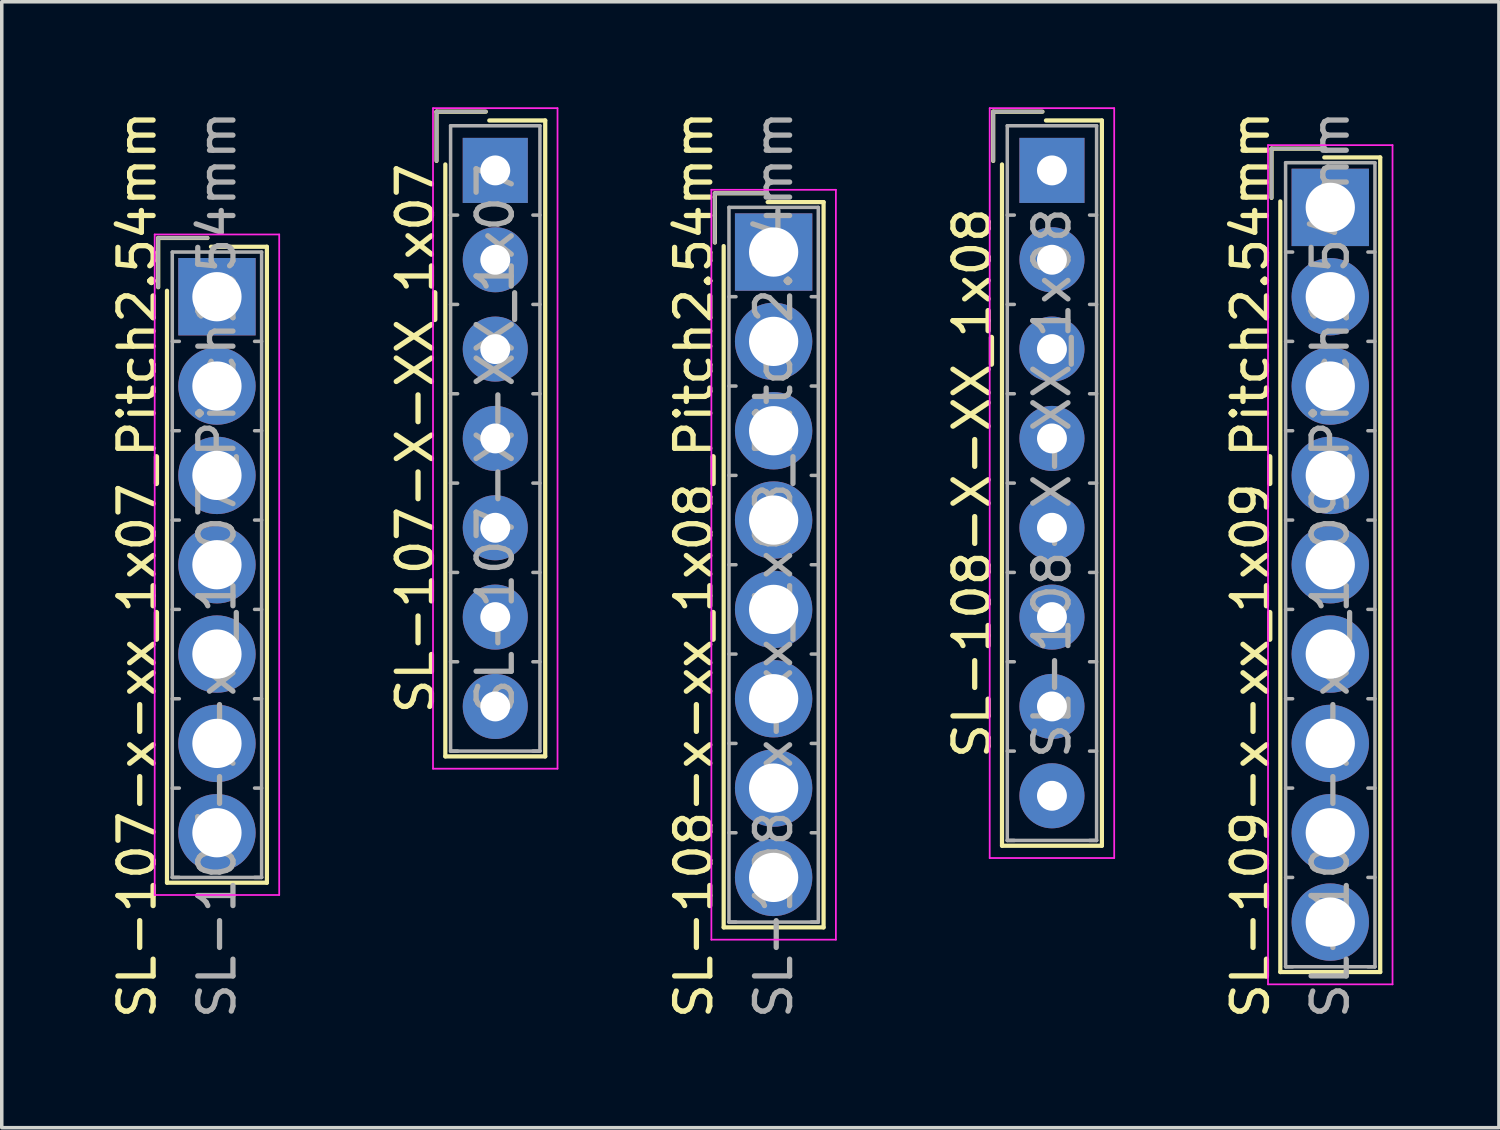
<source format=kicad_pcb>
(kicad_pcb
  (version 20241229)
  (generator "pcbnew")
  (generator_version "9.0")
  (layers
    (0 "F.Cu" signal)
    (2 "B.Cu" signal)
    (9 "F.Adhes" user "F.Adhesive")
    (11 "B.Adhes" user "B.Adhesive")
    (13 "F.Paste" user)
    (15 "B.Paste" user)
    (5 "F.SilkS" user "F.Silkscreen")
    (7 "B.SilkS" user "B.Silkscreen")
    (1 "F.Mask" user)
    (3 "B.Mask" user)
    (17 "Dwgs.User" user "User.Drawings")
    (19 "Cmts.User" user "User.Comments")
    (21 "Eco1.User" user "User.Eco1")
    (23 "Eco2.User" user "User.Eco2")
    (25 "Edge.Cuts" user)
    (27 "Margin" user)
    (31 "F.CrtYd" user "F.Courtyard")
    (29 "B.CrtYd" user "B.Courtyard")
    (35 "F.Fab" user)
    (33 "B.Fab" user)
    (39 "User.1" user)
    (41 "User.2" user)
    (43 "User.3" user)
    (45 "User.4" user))
  (footprint "SL-107-X-XX_1x07"
    (layer "F.Cu")
    (at 11.031 1.795)
    (property "Reference" "SL-107-X-XX_1x07" (at -2.27 7.62 90) (layer "F.SilkS") (effects (font (size 1 1) (thickness 0.15))))
    (attr through_hole)
    (fp_line (start -1.67 -1.67) (end -1.67 -0.27) (stroke (width 0.12) (type solid)) (layer "F.SilkS"))
    (fp_line (start -1.42 16.66) (end -1.42 -0.17) (stroke (width 0.12) (type solid)) (layer "F.SilkS"))
    (fp_line (start -0.27 -1.67) (end -1.67 -1.67) (stroke (width 0.12) (type solid)) (layer "F.SilkS"))
    (fp_line (start -0.17 -1.42) (end 1.42 -1.42) (stroke (width 0.12) (type solid)) (layer "F.SilkS"))
    (fp_line (start 1.42 -1.42) (end 1.42 16.66) (stroke (width 0.12) (type solid)) (layer "F.SilkS"))
    (fp_line (start 1.42 16.66) (end -1.42 16.66) (stroke (width 0.12) (type solid)) (layer "F.SilkS"))
    (fp_line (start -1.77 -1.77) (end -1.77 17.01) (stroke (width 0.05) (type solid)) (layer "F.CrtYd"))
    (fp_line (start -1.77 17.01) (end 1.77 17.01) (stroke (width 0.05) (type solid)) (layer "F.CrtYd"))
    (fp_line (start 1.77 -1.77) (end -1.77 -1.77) (stroke (width 0.05) (type solid)) (layer "F.CrtYd"))
    (fp_line (start 1.77 17.01) (end 1.77 -1.77) (stroke (width 0.05) (type solid)) (layer "F.CrtYd"))
    (fp_line (start -1.67 -1.67) (end -1.67 -0.27) (stroke (width 0.1) (type solid)) (layer "F.Fab"))
    (fp_line (start -1.27 -1.27) (end -1.27 16.51) (stroke (width 0.1) (type solid)) (layer "F.Fab"))
    (fp_line (start -1.27 1.27) (end -1.07 1.27) (stroke (width 0.1) (type solid)) (layer "F.Fab"))
    (fp_line (start -1.27 3.81) (end -1.07 3.81) (stroke (width 0.1) (type solid)) (layer "F.Fab"))
    (fp_line (start -1.27 6.35) (end -1.07 6.35) (stroke (width 0.1) (type solid)) (layer "F.Fab"))
    (fp_line (start -1.27 8.89) (end -1.07 8.89) (stroke (width 0.1) (type solid)) (layer "F.Fab"))
    (fp_line (start -1.27 11.43) (end -1.07 11.43) (stroke (width 0.1) (type solid)) (layer "F.Fab"))
    (fp_line (start -1.27 13.97) (end -1.07 13.97) (stroke (width 0.1) (type solid)) (layer "F.Fab"))
    (fp_line (start -1.27 16.51) (end -1.07 16.51) (stroke (width 0.1) (type solid)) (layer "F.Fab"))
    (fp_line (start -1.27 16.51) (end 1.27 16.51) (stroke (width 0.1) (type solid)) (layer "F.Fab"))
    (fp_line (start -0.27 -1.67) (end -1.67 -1.67) (stroke (width 0.1) (type solid)) (layer "F.Fab"))
    (fp_line (start 1.27 -1.27) (end -1.27 -1.27) (stroke (width 0.1) (type solid)) (layer "F.Fab"))
    (fp_line (start 1.27 1.27) (end 1.07 1.27) (stroke (width 0.1) (type solid)) (layer "F.Fab"))
    (fp_line (start 1.27 3.81) (end 1.07 3.81) (stroke (width 0.1) (type solid)) (layer "F.Fab"))
    (fp_line (start 1.27 6.35) (end 1.07 6.35) (stroke (width 0.1) (type solid)) (layer "F.Fab"))
    (fp_line (start 1.27 8.89) (end 1.07 8.89) (stroke (width 0.1) (type solid)) (layer "F.Fab"))
    (fp_line (start 1.27 11.43) (end 1.07 11.43) (stroke (width 0.1) (type solid)) (layer "F.Fab"))
    (fp_line (start 1.27 13.97) (end 1.07 13.97) (stroke (width 0.1) (type solid)) (layer "F.Fab"))
    (fp_line (start 1.27 16.51) (end 1.07 16.51) (stroke (width 0.1) (type solid)) (layer "F.Fab"))
    (fp_line (start 1.27 16.51) (end 1.27 -1.27) (stroke (width 0.1) (type solid)) (layer "F.Fab"))
    (fp_text user "${REFERENCE}" (at 0 7.62 90) (layer "F.Fab") (effects (font (size 1 1) (thickness 0.15))))
    (pad "1" thru_hole rect (at 0 0) (size 1.85 1.85) (drill 0.85) (layers "*.Cu" "*.Mask"))
    (pad "2" thru_hole circle (at 0 2.54) (size 1.85 1.85) (drill 0.85) (layers "*.Cu" "*.Mask"))
    (pad "3" thru_hole circle (at 0 5.08) (size 1.85 1.85) (drill 0.85) (layers "*.Cu" "*.Mask"))
    (pad "4" thru_hole circle (at 0 7.62) (size 1.85 1.85) (drill 0.85) (layers "*.Cu" "*.Mask"))
    (pad "5" thru_hole circle (at 0 10.16) (size 1.85 1.85) (drill 0.85) (layers "*.Cu" "*.Mask"))
    (pad "6" thru_hole circle (at 0 12.7) (size 1.85 1.85) (drill 0.85) (layers "*.Cu" "*.Mask"))
    (pad "7" thru_hole circle (at 0 15.24) (size 1.85 1.85) (drill 0.85) (layers "*.Cu" "*.Mask")))
  (footprint "SL-109-x-xx_1x09_Pitch2.54mm"
    (layer "F.Cu")
    (at 34.771 2.846)
    (property "Reference" "SL-109-x-xx_1x09_Pitch2.54mm" (at -2.27 10.16 90) (layer "F.SilkS") (effects (font (size 1 1) (thickness 0.15))))
    (attr through_hole)
    (fp_line (start -1.67 -1.67) (end -1.67 -0.27) (stroke (width 0.12) (type solid)) (layer "F.SilkS"))
    (fp_line (start -1.42 21.74) (end -1.42 -0.17) (stroke (width 0.12) (type solid)) (layer "F.SilkS"))
    (fp_line (start -0.27 -1.67) (end -1.67 -1.67) (stroke (width 0.12) (type solid)) (layer "F.SilkS"))
    (fp_line (start -0.17 -1.42) (end 1.42 -1.42) (stroke (width 0.12) (type solid)) (layer "F.SilkS"))
    (fp_line (start 1.42 -1.42) (end 1.42 21.74) (stroke (width 0.12) (type solid)) (layer "F.SilkS"))
    (fp_line (start 1.42 21.74) (end -1.42 21.74) (stroke (width 0.12) (type solid)) (layer "F.SilkS"))
    (fp_line (start -1.77 -1.77) (end -1.77 22.09) (stroke (width 0.05) (type solid)) (layer "F.CrtYd"))
    (fp_line (start -1.77 22.09) (end 1.77 22.09) (stroke (width 0.05) (type solid)) (layer "F.CrtYd"))
    (fp_line (start 1.77 -1.77) (end -1.77 -1.77) (stroke (width 0.05) (type solid)) (layer "F.CrtYd"))
    (fp_line (start 1.77 22.09) (end 1.77 -1.77) (stroke (width 0.05) (type solid)) (layer "F.CrtYd"))
    (fp_line (start -1.67 -1.67) (end -1.67 -0.27) (stroke (width 0.1) (type solid)) (layer "F.Fab"))
    (fp_line (start -1.27 -1.27) (end -1.27 21.59) (stroke (width 0.1) (type solid)) (layer "F.Fab"))
    (fp_line (start -1.27 1.27) (end -1.07 1.27) (stroke (width 0.1) (type solid)) (layer "F.Fab"))
    (fp_line (start -1.27 3.81) (end -1.07 3.81) (stroke (width 0.1) (type solid)) (layer "F.Fab"))
    (fp_line (start -1.27 6.35) (end -1.07 6.35) (stroke (width 0.1) (type solid)) (layer "F.Fab"))
    (fp_line (start -1.27 8.89) (end -1.07 8.89) (stroke (width 0.1) (type solid)) (layer "F.Fab"))
    (fp_line (start -1.27 11.43) (end -1.07 11.43) (stroke (width 0.1) (type solid)) (layer "F.Fab"))
    (fp_line (start -1.27 13.97) (end -1.07 13.97) (stroke (width 0.1) (type solid)) (layer "F.Fab"))
    (fp_line (start -1.27 16.51) (end -1.07 16.51) (stroke (width 0.1) (type solid)) (layer "F.Fab"))
    (fp_line (start -1.27 19.05) (end -1.07 19.05) (stroke (width 0.1) (type solid)) (layer "F.Fab"))
    (fp_line (start -1.27 21.59) (end -1.07 21.59) (stroke (width 0.1) (type solid)) (layer "F.Fab"))
    (fp_line (start -1.27 21.59) (end 1.27 21.59) (stroke (width 0.1) (type solid)) (layer "F.Fab"))
    (fp_line (start -0.27 -1.67) (end -1.67 -1.67) (stroke (width 0.1) (type solid)) (layer "F.Fab"))
    (fp_line (start 1.27 -1.27) (end -1.27 -1.27) (stroke (width 0.1) (type solid)) (layer "F.Fab"))
    (fp_line (start 1.27 1.27) (end 1.07 1.27) (stroke (width 0.1) (type solid)) (layer "F.Fab"))
    (fp_line (start 1.27 3.81) (end 1.07 3.81) (stroke (width 0.1) (type solid)) (layer "F.Fab"))
    (fp_line (start 1.27 6.35) (end 1.07 6.35) (stroke (width 0.1) (type solid)) (layer "F.Fab"))
    (fp_line (start 1.27 8.89) (end 1.07 8.89) (stroke (width 0.1) (type solid)) (layer "F.Fab"))
    (fp_line (start 1.27 11.43) (end 1.07 11.43) (stroke (width 0.1) (type solid)) (layer "F.Fab"))
    (fp_line (start 1.27 13.97) (end 1.07 13.97) (stroke (width 0.1) (type solid)) (layer "F.Fab"))
    (fp_line (start 1.27 16.51) (end 1.07 16.51) (stroke (width 0.1) (type solid)) (layer "F.Fab"))
    (fp_line (start 1.27 19.05) (end 1.07 19.05) (stroke (width 0.1) (type solid)) (layer "F.Fab"))
    (fp_line (start 1.27 21.59) (end 1.07 21.59) (stroke (width 0.1) (type solid)) (layer "F.Fab"))
    (fp_line (start 1.27 21.59) (end 1.27 -1.27) (stroke (width 0.1) (type solid)) (layer "F.Fab"))
    (fp_text user "${REFERENCE}" (at 0 10.16 90) (layer "F.Fab") (effects (font (size 1 1) (thickness 0.15))))
    (pad "1" thru_hole rect (at 0 0) (size 2.2 2.2) (drill 1.4) (layers "*.Cu" "*.Mask"))
    (pad "2" thru_hole circle (at 0 2.54) (size 2.2 2.2) (drill 1.4) (layers "*.Cu" "*.Mask"))
    (pad "3" thru_hole circle (at 0 5.08) (size 2.2 2.2) (drill 1.4) (layers "*.Cu" "*.Mask"))
    (pad "4" thru_hole circle (at 0 7.62) (size 2.2 2.2) (drill 1.4) (layers "*.Cu" "*.Mask"))
    (pad "5" thru_hole circle (at 0 10.16) (size 2.2 2.2) (drill 1.4) (layers "*.Cu" "*.Mask"))
    (pad "6" thru_hole circle (at 0 12.7) (size 2.2 2.2) (drill 1.4) (layers "*.Cu" "*.Mask"))
    (pad "7" thru_hole circle (at 0 15.24) (size 2.2 2.2) (drill 1.4) (layers "*.Cu" "*.Mask"))
    (pad "8" thru_hole circle (at 0 17.78) (size 2.2 2.2) (drill 1.4) (layers "*.Cu" "*.Mask"))
    (pad "9" thru_hole circle (at 0 20.32) (size 2.2 2.2) (drill 1.4) (layers "*.Cu" "*.Mask")))
  (footprint "SL-108-x-xx_1x08_Pitch2.54mm"
    (layer "F.Cu")
    (at 18.945 4.116)
    (property "Reference" "SL-108-x-xx_1x08_Pitch2.54mm" (at -2.27 8.89 90) (layer "F.SilkS") (effects (font (size 1 1) (thickness 0.15))))
    (attr through_hole)
    (fp_line (start -1.67 -1.67) (end -1.67 -0.27) (stroke (width 0.12) (type solid)) (layer "F.SilkS"))
    (fp_line (start -1.42 19.2) (end -1.42 -0.17) (stroke (width 0.12) (type solid)) (layer "F.SilkS"))
    (fp_line (start -0.27 -1.67) (end -1.67 -1.67) (stroke (width 0.12) (type solid)) (layer "F.SilkS"))
    (fp_line (start -0.17 -1.42) (end 1.42 -1.42) (stroke (width 0.12) (type solid)) (layer "F.SilkS"))
    (fp_line (start 1.42 -1.42) (end 1.42 19.2) (stroke (width 0.12) (type solid)) (layer "F.SilkS"))
    (fp_line (start 1.42 19.2) (end -1.42 19.2) (stroke (width 0.12) (type solid)) (layer "F.SilkS"))
    (fp_line (start -1.77 -1.77) (end -1.77 19.55) (stroke (width 0.05) (type solid)) (layer "F.CrtYd"))
    (fp_line (start -1.77 19.55) (end 1.77 19.55) (stroke (width 0.05) (type solid)) (layer "F.CrtYd"))
    (fp_line (start 1.77 -1.77) (end -1.77 -1.77) (stroke (width 0.05) (type solid)) (layer "F.CrtYd"))
    (fp_line (start 1.77 19.55) (end 1.77 -1.77) (stroke (width 0.05) (type solid)) (layer "F.CrtYd"))
    (fp_line (start -1.67 -1.67) (end -1.67 -0.27) (stroke (width 0.1) (type solid)) (layer "F.Fab"))
    (fp_line (start -1.27 -1.27) (end -1.27 19.05) (stroke (width 0.1) (type solid)) (layer "F.Fab"))
    (fp_line (start -1.27 1.27) (end -1.07 1.27) (stroke (width 0.1) (type solid)) (layer "F.Fab"))
    (fp_line (start -1.27 3.81) (end -1.07 3.81) (stroke (width 0.1) (type solid)) (layer "F.Fab"))
    (fp_line (start -1.27 6.35) (end -1.07 6.35) (stroke (width 0.1) (type solid)) (layer "F.Fab"))
    (fp_line (start -1.27 8.89) (end -1.07 8.89) (stroke (width 0.1) (type solid)) (layer "F.Fab"))
    (fp_line (start -1.27 11.43) (end -1.07 11.43) (stroke (width 0.1) (type solid)) (layer "F.Fab"))
    (fp_line (start -1.27 13.97) (end -1.07 13.97) (stroke (width 0.1) (type solid)) (layer "F.Fab"))
    (fp_line (start -1.27 16.51) (end -1.07 16.51) (stroke (width 0.1) (type solid)) (layer "F.Fab"))
    (fp_line (start -1.27 19.05) (end -1.07 19.05) (stroke (width 0.1) (type solid)) (layer "F.Fab"))
    (fp_line (start -1.27 19.05) (end 1.27 19.05) (stroke (width 0.1) (type solid)) (layer "F.Fab"))
    (fp_line (start -0.27 -1.67) (end -1.67 -1.67) (stroke (width 0.1) (type solid)) (layer "F.Fab"))
    (fp_line (start 1.27 -1.27) (end -1.27 -1.27) (stroke (width 0.1) (type solid)) (layer "F.Fab"))
    (fp_line (start 1.27 1.27) (end 1.07 1.27) (stroke (width 0.1) (type solid)) (layer "F.Fab"))
    (fp_line (start 1.27 3.81) (end 1.07 3.81) (stroke (width 0.1) (type solid)) (layer "F.Fab"))
    (fp_line (start 1.27 6.35) (end 1.07 6.35) (stroke (width 0.1) (type solid)) (layer "F.Fab"))
    (fp_line (start 1.27 8.89) (end 1.07 8.89) (stroke (width 0.1) (type solid)) (layer "F.Fab"))
    (fp_line (start 1.27 11.43) (end 1.07 11.43) (stroke (width 0.1) (type solid)) (layer "F.Fab"))
    (fp_line (start 1.27 13.97) (end 1.07 13.97) (stroke (width 0.1) (type solid)) (layer "F.Fab"))
    (fp_line (start 1.27 16.51) (end 1.07 16.51) (stroke (width 0.1) (type solid)) (layer "F.Fab"))
    (fp_line (start 1.27 19.05) (end 1.07 19.05) (stroke (width 0.1) (type solid)) (layer "F.Fab"))
    (fp_line (start 1.27 19.05) (end 1.27 -1.27) (stroke (width 0.1) (type solid)) (layer "F.Fab"))
    (fp_text user "${REFERENCE}" (at 0 8.89 90) (layer "F.Fab") (effects (font (size 1 1) (thickness 0.15))))
    (pad "1" thru_hole rect (at 0 0) (size 2.2 2.2) (drill 1.4) (layers "*.Cu" "*.Mask"))
    (pad "2" thru_hole circle (at 0 2.54) (size 2.2 2.2) (drill 1.4) (layers "*.Cu" "*.Mask"))
    (pad "3" thru_hole circle (at 0 5.08) (size 2.2 2.2) (drill 1.4) (layers "*.Cu" "*.Mask"))
    (pad "4" thru_hole circle (at 0 7.62) (size 2.2 2.2) (drill 1.4) (layers "*.Cu" "*.Mask"))
    (pad "5" thru_hole circle (at 0 10.16) (size 2.2 2.2) (drill 1.4) (layers "*.Cu" "*.Mask"))
    (pad "6" thru_hole circle (at 0 12.7) (size 2.2 2.2) (drill 1.4) (layers "*.Cu" "*.Mask"))
    (pad "7" thru_hole circle (at 0 15.24) (size 2.2 2.2) (drill 1.4) (layers "*.Cu" "*.Mask"))
    (pad "8" thru_hole circle (at 0 17.78) (size 2.2 2.2) (drill 1.4) (layers "*.Cu" "*.Mask")))
  (footprint "SL-107-x-xx_1x07_Pitch2.54mm"
    (layer "F.Cu")
    (at 3.118 5.386)
    (property "Reference" "SL-107-x-xx_1x07_Pitch2.54mm" (at -2.27 7.62 90) (layer "F.SilkS") (effects (font (size 1 1) (thickness 0.15))))
    (attr through_hole)
    (fp_line (start -1.67 -1.67) (end -1.67 -0.27) (stroke (width 0.12) (type solid)) (layer "F.SilkS"))
    (fp_line (start -1.42 16.66) (end -1.42 -0.17) (stroke (width 0.12) (type solid)) (layer "F.SilkS"))
    (fp_line (start -0.27 -1.67) (end -1.67 -1.67) (stroke (width 0.12) (type solid)) (layer "F.SilkS"))
    (fp_line (start -0.17 -1.42) (end 1.42 -1.42) (stroke (width 0.12) (type solid)) (layer "F.SilkS"))
    (fp_line (start 1.42 -1.42) (end 1.42 16.66) (stroke (width 0.12) (type solid)) (layer "F.SilkS"))
    (fp_line (start 1.42 16.66) (end -1.42 16.66) (stroke (width 0.12) (type solid)) (layer "F.SilkS"))
    (fp_line (start -1.77 -1.77) (end -1.77 17.01) (stroke (width 0.05) (type solid)) (layer "F.CrtYd"))
    (fp_line (start -1.77 17.01) (end 1.77 17.01) (stroke (width 0.05) (type solid)) (layer "F.CrtYd"))
    (fp_line (start 1.77 -1.77) (end -1.77 -1.77) (stroke (width 0.05) (type solid)) (layer "F.CrtYd"))
    (fp_line (start 1.77 17.01) (end 1.77 -1.77) (stroke (width 0.05) (type solid)) (layer "F.CrtYd"))
    (fp_line (start -1.67 -1.67) (end -1.67 -0.27) (stroke (width 0.1) (type solid)) (layer "F.Fab"))
    (fp_line (start -1.27 -1.27) (end -1.27 16.51) (stroke (width 0.1) (type solid)) (layer "F.Fab"))
    (fp_line (start -1.27 1.27) (end -1.07 1.27) (stroke (width 0.1) (type solid)) (layer "F.Fab"))
    (fp_line (start -1.27 3.81) (end -1.07 3.81) (stroke (width 0.1) (type solid)) (layer "F.Fab"))
    (fp_line (start -1.27 6.35) (end -1.07 6.35) (stroke (width 0.1) (type solid)) (layer "F.Fab"))
    (fp_line (start -1.27 8.89) (end -1.07 8.89) (stroke (width 0.1) (type solid)) (layer "F.Fab"))
    (fp_line (start -1.27 11.43) (end -1.07 11.43) (stroke (width 0.1) (type solid)) (layer "F.Fab"))
    (fp_line (start -1.27 13.97) (end -1.07 13.97) (stroke (width 0.1) (type solid)) (layer "F.Fab"))
    (fp_line (start -1.27 16.51) (end -1.07 16.51) (stroke (width 0.1) (type solid)) (layer "F.Fab"))
    (fp_line (start -1.27 16.51) (end 1.27 16.51) (stroke (width 0.1) (type solid)) (layer "F.Fab"))
    (fp_line (start -0.27 -1.67) (end -1.67 -1.67) (stroke (width 0.1) (type solid)) (layer "F.Fab"))
    (fp_line (start 1.27 -1.27) (end -1.27 -1.27) (stroke (width 0.1) (type solid)) (layer "F.Fab"))
    (fp_line (start 1.27 1.27) (end 1.07 1.27) (stroke (width 0.1) (type solid)) (layer "F.Fab"))
    (fp_line (start 1.27 3.81) (end 1.07 3.81) (stroke (width 0.1) (type solid)) (layer "F.Fab"))
    (fp_line (start 1.27 6.35) (end 1.07 6.35) (stroke (width 0.1) (type solid)) (layer "F.Fab"))
    (fp_line (start 1.27 8.89) (end 1.07 8.89) (stroke (width 0.1) (type solid)) (layer "F.Fab"))
    (fp_line (start 1.27 11.43) (end 1.07 11.43) (stroke (width 0.1) (type solid)) (layer "F.Fab"))
    (fp_line (start 1.27 13.97) (end 1.07 13.97) (stroke (width 0.1) (type solid)) (layer "F.Fab"))
    (fp_line (start 1.27 16.51) (end 1.07 16.51) (stroke (width 0.1) (type solid)) (layer "F.Fab"))
    (fp_line (start 1.27 16.51) (end 1.27 -1.27) (stroke (width 0.1) (type solid)) (layer "F.Fab"))
    (fp_text user "${REFERENCE}" (at 0 7.62 90) (layer "F.Fab") (effects (font (size 1 1) (thickness 0.15))))
    (pad "1" thru_hole rect (at 0 0) (size 2.2 2.2) (drill 1.4) (layers "*.Cu" "*.Mask"))
    (pad "2" thru_hole circle (at 0 2.54) (size 2.2 2.2) (drill 1.4) (layers "*.Cu" "*.Mask"))
    (pad "3" thru_hole circle (at 0 5.08) (size 2.2 2.2) (drill 1.4) (layers "*.Cu" "*.Mask"))
    (pad "4" thru_hole circle (at 0 7.62) (size 2.2 2.2) (drill 1.4) (layers "*.Cu" "*.Mask"))
    (pad "5" thru_hole circle (at 0 10.16) (size 2.2 2.2) (drill 1.4) (layers "*.Cu" "*.Mask"))
    (pad "6" thru_hole circle (at 0 12.7) (size 2.2 2.2) (drill 1.4) (layers "*.Cu" "*.Mask"))
    (pad "7" thru_hole circle (at 0 15.24) (size 2.2 2.2) (drill 1.4) (layers "*.Cu" "*.Mask")))
  (footprint "SL-108-X-XX_1x08"
    (layer "F.Cu")
    (at 26.858 1.795)
    (property "Reference" "SL-108-X-XX_1x08" (at -2.27 8.89 90) (layer "F.SilkS") (effects (font (size 1 1) (thickness 0.15))))
    (attr through_hole)
    (fp_line (start -1.67 -1.67) (end -1.67 -0.27) (stroke (width 0.12) (type solid)) (layer "F.SilkS"))
    (fp_line (start -1.42 19.2) (end -1.42 -0.17) (stroke (width 0.12) (type solid)) (layer "F.SilkS"))
    (fp_line (start -0.27 -1.67) (end -1.67 -1.67) (stroke (width 0.12) (type solid)) (layer "F.SilkS"))
    (fp_line (start -0.17 -1.42) (end 1.42 -1.42) (stroke (width 0.12) (type solid)) (layer "F.SilkS"))
    (fp_line (start 1.42 -1.42) (end 1.42 19.2) (stroke (width 0.12) (type solid)) (layer "F.SilkS"))
    (fp_line (start 1.42 19.2) (end -1.42 19.2) (stroke (width 0.12) (type solid)) (layer "F.SilkS"))
    (fp_line (start -1.77 -1.77) (end -1.77 19.55) (stroke (width 0.05) (type solid)) (layer "F.CrtYd"))
    (fp_line (start -1.77 19.55) (end 1.77 19.55) (stroke (width 0.05) (type solid)) (layer "F.CrtYd"))
    (fp_line (start 1.77 -1.77) (end -1.77 -1.77) (stroke (width 0.05) (type solid)) (layer "F.CrtYd"))
    (fp_line (start 1.77 19.55) (end 1.77 -1.77) (stroke (width 0.05) (type solid)) (layer "F.CrtYd"))
    (fp_line (start -1.67 -1.67) (end -1.67 -0.27) (stroke (width 0.1) (type solid)) (layer "F.Fab"))
    (fp_line (start -1.27 -1.27) (end -1.27 19.05) (stroke (width 0.1) (type solid)) (layer "F.Fab"))
    (fp_line (start -1.27 1.27) (end -1.07 1.27) (stroke (width 0.1) (type solid)) (layer "F.Fab"))
    (fp_line (start -1.27 3.81) (end -1.07 3.81) (stroke (width 0.1) (type solid)) (layer "F.Fab"))
    (fp_line (start -1.27 6.35) (end -1.07 6.35) (stroke (width 0.1) (type solid)) (layer "F.Fab"))
    (fp_line (start -1.27 8.89) (end -1.07 8.89) (stroke (width 0.1) (type solid)) (layer "F.Fab"))
    (fp_line (start -1.27 11.43) (end -1.07 11.43) (stroke (width 0.1) (type solid)) (layer "F.Fab"))
    (fp_line (start -1.27 13.97) (end -1.07 13.97) (stroke (width 0.1) (type solid)) (layer "F.Fab"))
    (fp_line (start -1.27 16.51) (end -1.07 16.51) (stroke (width 0.1) (type solid)) (layer "F.Fab"))
    (fp_line (start -1.27 19.05) (end -1.07 19.05) (stroke (width 0.1) (type solid)) (layer "F.Fab"))
    (fp_line (start -1.27 19.05) (end 1.27 19.05) (stroke (width 0.1) (type solid)) (layer "F.Fab"))
    (fp_line (start -0.27 -1.67) (end -1.67 -1.67) (stroke (width 0.1) (type solid)) (layer "F.Fab"))
    (fp_line (start 1.27 -1.27) (end -1.27 -1.27) (stroke (width 0.1) (type solid)) (layer "F.Fab"))
    (fp_line (start 1.27 1.27) (end 1.07 1.27) (stroke (width 0.1) (type solid)) (layer "F.Fab"))
    (fp_line (start 1.27 3.81) (end 1.07 3.81) (stroke (width 0.1) (type solid)) (layer "F.Fab"))
    (fp_line (start 1.27 6.35) (end 1.07 6.35) (stroke (width 0.1) (type solid)) (layer "F.Fab"))
    (fp_line (start 1.27 8.89) (end 1.07 8.89) (stroke (width 0.1) (type solid)) (layer "F.Fab"))
    (fp_line (start 1.27 11.43) (end 1.07 11.43) (stroke (width 0.1) (type solid)) (layer "F.Fab"))
    (fp_line (start 1.27 13.97) (end 1.07 13.97) (stroke (width 0.1) (type solid)) (layer "F.Fab"))
    (fp_line (start 1.27 16.51) (end 1.07 16.51) (stroke (width 0.1) (type solid)) (layer "F.Fab"))
    (fp_line (start 1.27 19.05) (end 1.07 19.05) (stroke (width 0.1) (type solid)) (layer "F.Fab"))
    (fp_line (start 1.27 19.05) (end 1.27 -1.27) (stroke (width 0.1) (type solid)) (layer "F.Fab"))
    (fp_text user "${REFERENCE}" (at 0 8.89 90) (layer "F.Fab") (effects (font (size 1 1) (thickness 0.15))))
    (pad "1" thru_hole rect (at 0 0) (size 1.85 1.85) (drill 0.85) (layers "*.Cu" "*.Mask"))
    (pad "2" thru_hole circle (at 0 2.54) (size 1.85 1.85) (drill 0.85) (layers "*.Cu" "*.Mask"))
    (pad "3" thru_hole circle (at 0 5.08) (size 1.85 1.85) (drill 0.85) (layers "*.Cu" "*.Mask"))
    (pad "4" thru_hole circle (at 0 7.62) (size 1.85 1.85) (drill 0.85) (layers "*.Cu" "*.Mask"))
    (pad "5" thru_hole circle (at 0 10.16) (size 1.85 1.85) (drill 0.85) (layers "*.Cu" "*.Mask"))
    (pad "6" thru_hole circle (at 0 12.7) (size 1.85 1.85) (drill 0.85) (layers "*.Cu" "*.Mask"))
    (pad "7" thru_hole circle (at 0 15.24) (size 1.85 1.85) (drill 0.85) (layers "*.Cu" "*.Mask"))
    (pad "8" thru_hole circle (at 0 17.78) (size 1.85 1.85) (drill 0.85) (layers "*.Cu" "*.Mask")))
  (gr_rect
    (start -3 -3)
    (end 39.566 29.012)
    (stroke (width 0.1) (type default))
    (fill no)
    (layer "Edge.Cuts")))
</source>
